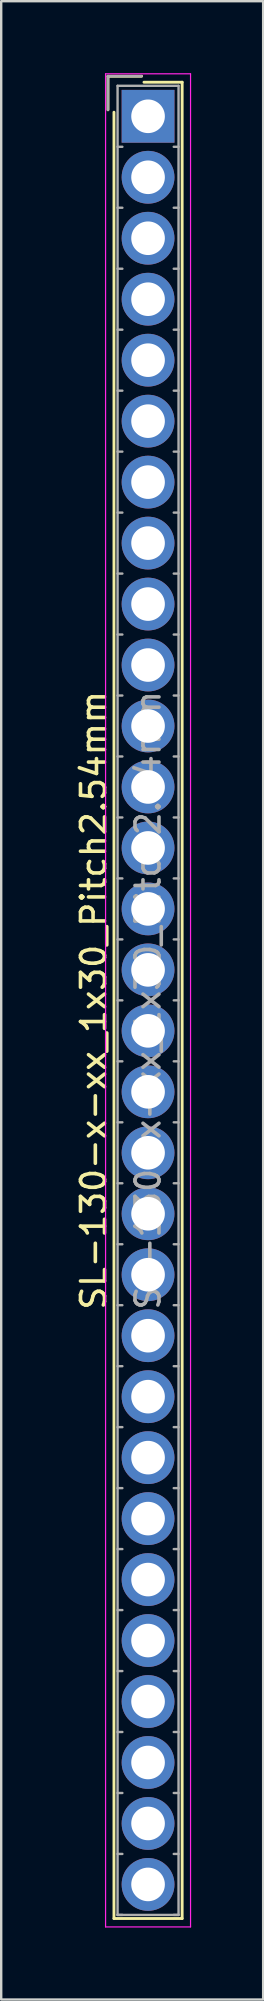
<source format=kicad_pcb>
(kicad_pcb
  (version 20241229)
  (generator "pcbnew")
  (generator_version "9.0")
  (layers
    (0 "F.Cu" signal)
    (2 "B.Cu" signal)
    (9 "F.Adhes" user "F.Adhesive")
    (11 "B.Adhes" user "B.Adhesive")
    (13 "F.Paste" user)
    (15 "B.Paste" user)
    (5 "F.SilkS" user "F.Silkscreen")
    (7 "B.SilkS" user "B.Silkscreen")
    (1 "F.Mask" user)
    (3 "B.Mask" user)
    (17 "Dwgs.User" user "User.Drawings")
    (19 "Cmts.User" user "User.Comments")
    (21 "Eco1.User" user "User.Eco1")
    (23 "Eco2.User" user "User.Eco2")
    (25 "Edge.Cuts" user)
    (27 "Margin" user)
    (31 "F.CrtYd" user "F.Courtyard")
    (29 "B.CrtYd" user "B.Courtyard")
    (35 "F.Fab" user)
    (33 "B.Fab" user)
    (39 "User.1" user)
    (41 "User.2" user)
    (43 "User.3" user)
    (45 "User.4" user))
  (footprint "SL-130-x-xx_1x30_Pitch2.54mm"
    (layer "F.Cu")
    (at 3.118 1.795)
    (property "Reference" "SL-130-x-xx_1x30_Pitch2.54mm" (at -2.27 36.83 90) (layer "F.SilkS") (effects (font (size 1 1) (thickness 0.15))))
    (attr through_hole)
    (fp_line (start -1.67 -1.67) (end -1.67 -0.27) (stroke (width 0.12) (type solid)) (layer "F.SilkS"))
    (fp_line (start -1.42 75.08) (end -1.42 -0.17) (stroke (width 0.12) (type solid)) (layer "F.SilkS"))
    (fp_line (start -0.27 -1.67) (end -1.67 -1.67) (stroke (width 0.12) (type solid)) (layer "F.SilkS"))
    (fp_line (start -0.17 -1.42) (end 1.42 -1.42) (stroke (width 0.12) (type solid)) (layer "F.SilkS"))
    (fp_line (start 1.42 -1.42) (end 1.42 75.08) (stroke (width 0.12) (type solid)) (layer "F.SilkS"))
    (fp_line (start 1.42 75.08) (end -1.42 75.08) (stroke (width 0.12) (type solid)) (layer "F.SilkS"))
    (fp_line (start -1.77 -1.77) (end -1.77 75.43) (stroke (width 0.05) (type solid)) (layer "F.CrtYd"))
    (fp_line (start -1.77 75.43) (end 1.77 75.43) (stroke (width 0.05) (type solid)) (layer "F.CrtYd"))
    (fp_line (start 1.77 -1.77) (end -1.77 -1.77) (stroke (width 0.05) (type solid)) (layer "F.CrtYd"))
    (fp_line (start 1.77 75.43) (end 1.77 -1.77) (stroke (width 0.05) (type solid)) (layer "F.CrtYd"))
    (fp_line (start -1.67 -1.67) (end -1.67 -0.27) (stroke (width 0.1) (type solid)) (layer "F.Fab"))
    (fp_line (start -1.27 -1.27) (end -1.27 74.93) (stroke (width 0.1) (type solid)) (layer "F.Fab"))
    (fp_line (start -1.27 1.27) (end -1.07 1.27) (stroke (width 0.1) (type solid)) (layer "F.Fab"))
    (fp_line (start -1.27 3.81) (end -1.07 3.81) (stroke (width 0.1) (type solid)) (layer "F.Fab"))
    (fp_line (start -1.27 6.35) (end -1.07 6.35) (stroke (width 0.1) (type solid)) (layer "F.Fab"))
    (fp_line (start -1.27 8.89) (end -1.07 8.89) (stroke (width 0.1) (type solid)) (layer "F.Fab"))
    (fp_line (start -1.27 11.43) (end -1.07 11.43) (stroke (width 0.1) (type solid)) (layer "F.Fab"))
    (fp_line (start -1.27 13.97) (end -1.07 13.97) (stroke (width 0.1) (type solid)) (layer "F.Fab"))
    (fp_line (start -1.27 16.51) (end -1.07 16.51) (stroke (width 0.1) (type solid)) (layer "F.Fab"))
    (fp_line (start -1.27 19.05) (end -1.07 19.05) (stroke (width 0.1) (type solid)) (layer "F.Fab"))
    (fp_line (start -1.27 21.59) (end -1.07 21.59) (stroke (width 0.1) (type solid)) (layer "F.Fab"))
    (fp_line (start -1.27 24.13) (end -1.07 24.13) (stroke (width 0.1) (type solid)) (layer "F.Fab"))
    (fp_line (start -1.27 26.67) (end -1.07 26.67) (stroke (width 0.1) (type solid)) (layer "F.Fab"))
    (fp_line (start -1.27 29.21) (end -1.07 29.21) (stroke (width 0.1) (type solid)) (layer "F.Fab"))
    (fp_line (start -1.27 31.75) (end -1.07 31.75) (stroke (width 0.1) (type solid)) (layer "F.Fab"))
    (fp_line (start -1.27 34.29) (end -1.07 34.29) (stroke (width 0.1) (type solid)) (layer "F.Fab"))
    (fp_line (start -1.27 36.83) (end -1.07 36.83) (stroke (width 0.1) (type solid)) (layer "F.Fab"))
    (fp_line (start -1.27 39.37) (end -1.07 39.37) (stroke (width 0.1) (type solid)) (layer "F.Fab"))
    (fp_line (start -1.27 41.91) (end -1.07 41.91) (stroke (width 0.1) (type solid)) (layer "F.Fab"))
    (fp_line (start -1.27 44.45) (end -1.07 44.45) (stroke (width 0.1) (type solid)) (layer "F.Fab"))
    (fp_line (start -1.27 46.99) (end -1.07 46.99) (stroke (width 0.1) (type solid)) (layer "F.Fab"))
    (fp_line (start -1.27 49.53) (end -1.07 49.53) (stroke (width 0.1) (type solid)) (layer "F.Fab"))
    (fp_line (start -1.27 52.07) (end -1.07 52.07) (stroke (width 0.1) (type solid)) (layer "F.Fab"))
    (fp_line (start -1.27 54.61) (end -1.07 54.61) (stroke (width 0.1) (type solid)) (layer "F.Fab"))
    (fp_line (start -1.27 57.15) (end -1.07 57.15) (stroke (width 0.1) (type solid)) (layer "F.Fab"))
    (fp_line (start -1.27 59.69) (end -1.07 59.69) (stroke (width 0.1) (type solid)) (layer "F.Fab"))
    (fp_line (start -1.27 62.23) (end -1.07 62.23) (stroke (width 0.1) (type solid)) (layer "F.Fab"))
    (fp_line (start -1.27 64.77) (end -1.07 64.77) (stroke (width 0.1) (type solid)) (layer "F.Fab"))
    (fp_line (start -1.27 67.31) (end -1.07 67.31) (stroke (width 0.1) (type solid)) (layer "F.Fab"))
    (fp_line (start -1.27 69.85) (end -1.07 69.85) (stroke (width 0.1) (type solid)) (layer "F.Fab"))
    (fp_line (start -1.27 72.39) (end -1.07 72.39) (stroke (width 0.1) (type solid)) (layer "F.Fab"))
    (fp_line (start -1.27 74.93) (end -1.07 74.93) (stroke (width 0.1) (type solid)) (layer "F.Fab"))
    (fp_line (start -1.27 74.93) (end 1.27 74.93) (stroke (width 0.1) (type solid)) (layer "F.Fab"))
    (fp_line (start -0.27 -1.67) (end -1.67 -1.67) (stroke (width 0.1) (type solid)) (layer "F.Fab"))
    (fp_line (start 1.27 -1.27) (end -1.27 -1.27) (stroke (width 0.1) (type solid)) (layer "F.Fab"))
    (fp_line (start 1.27 1.27) (end 1.07 1.27) (stroke (width 0.1) (type solid)) (layer "F.Fab"))
    (fp_line (start 1.27 3.81) (end 1.07 3.81) (stroke (width 0.1) (type solid)) (layer "F.Fab"))
    (fp_line (start 1.27 6.35) (end 1.07 6.35) (stroke (width 0.1) (type solid)) (layer "F.Fab"))
    (fp_line (start 1.27 8.89) (end 1.07 8.89) (stroke (width 0.1) (type solid)) (layer "F.Fab"))
    (fp_line (start 1.27 11.43) (end 1.07 11.43) (stroke (width 0.1) (type solid)) (layer "F.Fab"))
    (fp_line (start 1.27 13.97) (end 1.07 13.97) (stroke (width 0.1) (type solid)) (layer "F.Fab"))
    (fp_line (start 1.27 16.51) (end 1.07 16.51) (stroke (width 0.1) (type solid)) (layer "F.Fab"))
    (fp_line (start 1.27 19.05) (end 1.07 19.05) (stroke (width 0.1) (type solid)) (layer "F.Fab"))
    (fp_line (start 1.27 21.59) (end 1.07 21.59) (stroke (width 0.1) (type solid)) (layer "F.Fab"))
    (fp_line (start 1.27 24.13) (end 1.07 24.13) (stroke (width 0.1) (type solid)) (layer "F.Fab"))
    (fp_line (start 1.27 26.67) (end 1.07 26.67) (stroke (width 0.1) (type solid)) (layer "F.Fab"))
    (fp_line (start 1.27 29.21) (end 1.07 29.21) (stroke (width 0.1) (type solid)) (layer "F.Fab"))
    (fp_line (start 1.27 31.75) (end 1.07 31.75) (stroke (width 0.1) (type solid)) (layer "F.Fab"))
    (fp_line (start 1.27 34.29) (end 1.07 34.29) (stroke (width 0.1) (type solid)) (layer "F.Fab"))
    (fp_line (start 1.27 36.83) (end 1.07 36.83) (stroke (width 0.1) (type solid)) (layer "F.Fab"))
    (fp_line (start 1.27 39.37) (end 1.07 39.37) (stroke (width 0.1) (type solid)) (layer "F.Fab"))
    (fp_line (start 1.27 41.91) (end 1.07 41.91) (stroke (width 0.1) (type solid)) (layer "F.Fab"))
    (fp_line (start 1.27 44.45) (end 1.07 44.45) (stroke (width 0.1) (type solid)) (layer "F.Fab"))
    (fp_line (start 1.27 46.99) (end 1.07 46.99) (stroke (width 0.1) (type solid)) (layer "F.Fab"))
    (fp_line (start 1.27 49.53) (end 1.07 49.53) (stroke (width 0.1) (type solid)) (layer "F.Fab"))
    (fp_line (start 1.27 52.07) (end 1.07 52.07) (stroke (width 0.1) (type solid)) (layer "F.Fab"))
    (fp_line (start 1.27 54.61) (end 1.07 54.61) (stroke (width 0.1) (type solid)) (layer "F.Fab"))
    (fp_line (start 1.27 57.15) (end 1.07 57.15) (stroke (width 0.1) (type solid)) (layer "F.Fab"))
    (fp_line (start 1.27 59.69) (end 1.07 59.69) (stroke (width 0.1) (type solid)) (layer "F.Fab"))
    (fp_line (start 1.27 62.23) (end 1.07 62.23) (stroke (width 0.1) (type solid)) (layer "F.Fab"))
    (fp_line (start 1.27 64.77) (end 1.07 64.77) (stroke (width 0.1) (type solid)) (layer "F.Fab"))
    (fp_line (start 1.27 67.31) (end 1.07 67.31) (stroke (width 0.1) (type solid)) (layer "F.Fab"))
    (fp_line (start 1.27 69.85) (end 1.07 69.85) (stroke (width 0.1) (type solid)) (layer "F.Fab"))
    (fp_line (start 1.27 72.39) (end 1.07 72.39) (stroke (width 0.1) (type solid)) (layer "F.Fab"))
    (fp_line (start 1.27 74.93) (end 1.07 74.93) (stroke (width 0.1) (type solid)) (layer "F.Fab"))
    (fp_line (start 1.27 74.93) (end 1.27 -1.27) (stroke (width 0.1) (type solid)) (layer "F.Fab"))
    (fp_text user "${REFERENCE}" (at 0 36.83 90) (layer "F.Fab") (effects (font (size 1 1) (thickness 0.15))))
    (pad "1" thru_hole rect (at 0 0) (size 2.2 2.2) (drill 1.4) (layers "*.Cu" "*.Mask"))
    (pad "2" thru_hole circle (at 0 2.54) (size 2.2 2.2) (drill 1.4) (layers "*.Cu" "*.Mask"))
    (pad "3" thru_hole circle (at 0 5.08) (size 2.2 2.2) (drill 1.4) (layers "*.Cu" "*.Mask"))
    (pad "4" thru_hole circle (at 0 7.62) (size 2.2 2.2) (drill 1.4) (layers "*.Cu" "*.Mask"))
    (pad "5" thru_hole circle (at 0 10.16) (size 2.2 2.2) (drill 1.4) (layers "*.Cu" "*.Mask"))
    (pad "6" thru_hole circle (at 0 12.7) (size 2.2 2.2) (drill 1.4) (layers "*.Cu" "*.Mask"))
    (pad "7" thru_hole circle (at 0 15.24) (size 2.2 2.2) (drill 1.4) (layers "*.Cu" "*.Mask"))
    (pad "8" thru_hole circle (at 0 17.78) (size 2.2 2.2) (drill 1.4) (layers "*.Cu" "*.Mask"))
    (pad "9" thru_hole circle (at 0 20.32) (size 2.2 2.2) (drill 1.4) (layers "*.Cu" "*.Mask"))
    (pad "10" thru_hole circle (at 0 22.86) (size 2.2 2.2) (drill 1.4) (layers "*.Cu" "*.Mask"))
    (pad "11" thru_hole circle (at 0 25.4) (size 2.2 2.2) (drill 1.4) (layers "*.Cu" "*.Mask"))
    (pad "12" thru_hole circle (at 0 27.94) (size 2.2 2.2) (drill 1.4) (layers "*.Cu" "*.Mask"))
    (pad "13" thru_hole circle (at 0 30.48) (size 2.2 2.2) (drill 1.4) (layers "*.Cu" "*.Mask"))
    (pad "14" thru_hole circle (at 0 33.02) (size 2.2 2.2) (drill 1.4) (layers "*.Cu" "*.Mask"))
    (pad "15" thru_hole circle (at 0 35.56) (size 2.2 2.2) (drill 1.4) (layers "*.Cu" "*.Mask"))
    (pad "16" thru_hole circle (at 0 38.1) (size 2.2 2.2) (drill 1.4) (layers "*.Cu" "*.Mask"))
    (pad "17" thru_hole circle (at 0 40.64) (size 2.2 2.2) (drill 1.4) (layers "*.Cu" "*.Mask"))
    (pad "18" thru_hole circle (at 0 43.18) (size 2.2 2.2) (drill 1.4) (layers "*.Cu" "*.Mask"))
    (pad "19" thru_hole circle (at 0 45.72) (size 2.2 2.2) (drill 1.4) (layers "*.Cu" "*.Mask"))
    (pad "20" thru_hole circle (at 0 48.26) (size 2.2 2.2) (drill 1.4) (layers "*.Cu" "*.Mask"))
    (pad "21" thru_hole circle (at 0 50.8) (size 2.2 2.2) (drill 1.4) (layers "*.Cu" "*.Mask"))
    (pad "22" thru_hole circle (at 0 53.34) (size 2.2 2.2) (drill 1.4) (layers "*.Cu" "*.Mask"))
    (pad "23" thru_hole circle (at 0 55.88) (size 2.2 2.2) (drill 1.4) (layers "*.Cu" "*.Mask"))
    (pad "24" thru_hole circle (at 0 58.42) (size 2.2 2.2) (drill 1.4) (layers "*.Cu" "*.Mask"))
    (pad "25" thru_hole circle (at 0 60.96) (size 2.2 2.2) (drill 1.4) (layers "*.Cu" "*.Mask"))
    (pad "26" thru_hole circle (at 0 63.5) (size 2.2 2.2) (drill 1.4) (layers "*.Cu" "*.Mask"))
    (pad "27" thru_hole circle (at 0 66.04) (size 2.2 2.2) (drill 1.4) (layers "*.Cu" "*.Mask"))
    (pad "28" thru_hole circle (at 0 68.58) (size 2.2 2.2) (drill 1.4) (layers "*.Cu" "*.Mask"))
    (pad "29" thru_hole circle (at 0 71.12) (size 2.2 2.2) (drill 1.4) (layers "*.Cu" "*.Mask"))
    (pad "30" thru_hole circle (at 0 73.66) (size 2.2 2.2) (drill 1.4) (layers "*.Cu" "*.Mask")))
  (gr_rect
    (start -3 -3)
    (end 7.913 80.25)
    (stroke (width 0.1) (type default))
    (fill no)
    (layer "Edge.Cuts")))
</source>
